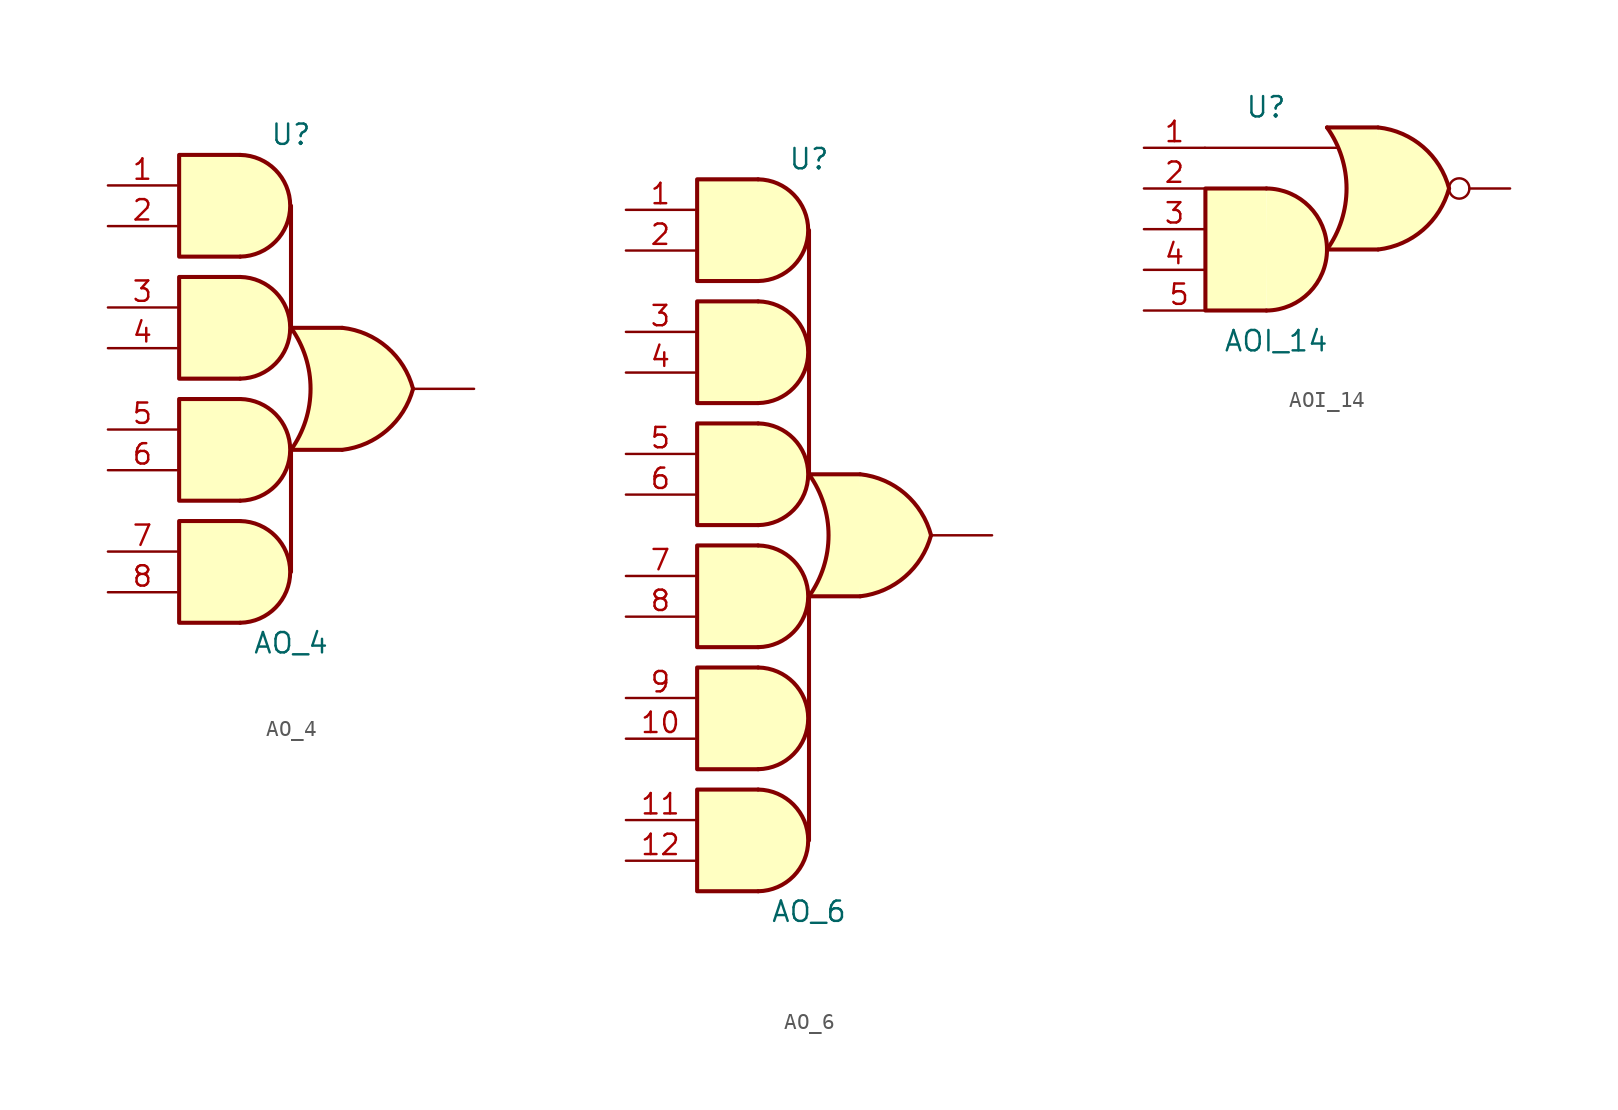
<source format=kicad_sym>
(kicad_symbol_lib
  (version 20220914)
  (generator kicad_symbol_editor)
  (symbol "AO_4"
    (pin_names hide)
    (property "Reference" "U"
      (at 0 15.875 0)
      (effects (font (size 1.27 1.27))))
    (property "Value" "AO_4"
      (at 0 -15.875 0)
      (effects (font (size 1.27 1.27))))
    (symbol "AO_4_1_1"
      (arc (start -3.175 -14.605) (mid -0.05 -11.43) (end -3.175 -8.255) (stroke (width 0.254) (type default)) (fill (type background)))
      (arc (start -3.175 -6.985) (mid -0.05 -3.81) (end -3.175 -0.635) (stroke (width 0.254) (type default)) (fill (type background)))
      (arc (start -3.175 0.635) (mid -0.05 3.81) (end -3.175 6.985) (stroke (width 0.254) (type default)) (fill (type background)))
      (arc (start -3.175 8.255) (mid -0.05 11.43) (end -3.175 14.605) (stroke (width 0.254) (type default)) (fill (type background)))
      (arc (start -0.0002 -3.81) (mid 1.2208 0) (end -0.0002 3.81) (stroke (width 0.254) (type default)) (fill (type none)))
      (polyline (pts (xy 0 -3.81) (xy 0 -11.43)) (stroke (width 0.254) (type default)) (fill (type background)))
      (polyline (pts (xy -0.0002 -3.81) (xy 3.175 -3.81)) (stroke (width 0.254) (type default)) (fill (type background)))
      (polyline (pts (xy -0.0002 3.81) (xy 3.175 3.81)) (stroke (width 0.254) (type default)) (fill (type background)))
      (polyline (pts (xy 0 11.43) (xy 0 3.81)) (stroke (width 0.254) (type default)) (fill (type background)))
      (polyline (pts (xy -3.175 -8.255) (xy -6.985 -8.255) (xy -6.985 -14.605) (xy -3.175 -14.605)) (stroke (width 0.254) (type default)) (fill (type background)))
      (polyline (pts (xy -3.175 -0.635) (xy -6.985 -0.635) (xy -6.985 -6.985) (xy -3.175 -6.985)) (stroke (width 0.254) (type default)) (fill (type background)))
      (polyline (pts (xy -3.175 6.985) (xy -6.985 6.985) (xy -6.985 0.635) (xy -3.175 0.635)) (stroke (width 0.254) (type default)) (fill (type background)))
      (polyline (pts (xy -3.175 14.605) (xy -6.985 14.605) (xy -6.985 8.255) (xy -3.175 8.255)) (stroke (width 0.254) (type default)) (fill (type background)))
      (polyline (pts (xy 3.175 3.81) (xy 0 3.81) (xy 0 3.81) (xy 0.254 3.404) (xy 0.787 2.261) (xy 1.118 1.041) (xy 1.194 -0.254) (xy 1.041 -1.499) (xy 0.635 -2.718) (xy 0 -3.81) (xy 0 -3.81) (xy 3.175 -3.81)) (stroke (width -25.4) (type default)) (fill (type background)))
      (arc (start 3.2002 -3.81) (mid 5.9953 -2.584) (end 7.6198 0) (stroke (width 0.254) (type default)) (fill (type background)))
      (arc (start 7.6198 0) (mid 6.0026 2.5925) (end 3.2002 3.81) (stroke (width 0.254) (type default)) (fill (type background)))
      (pin input line (at -11.43 12.7 0) (length 4.3) (name "~" (effects (font (size 1.27 1.27)))) (number "1" (effects (font (size 1.27 1.27)))))
      (pin input line (at -11.43 10.16 0) (length 4.3) (name "~" (effects (font (size 1.27 1.27)))) (number "2" (effects (font (size 1.27 1.27)))))
      (pin input line (at -11.43 5.08 0) (length 4.3) (name "~" (effects (font (size 1.27 1.27)))) (number "3" (effects (font (size 1.27 1.27)))))
      (pin input line (at -11.43 2.54 0) (length 4.3) (name "~" (effects (font (size 1.27 1.27)))) (number "4" (effects (font (size 1.27 1.27)))))
      (pin input line (at -11.43 -2.54 0) (length 4.3) (name "~" (effects (font (size 1.27 1.27)))) (number "5" (effects (font (size 1.27 1.27)))))
      (pin input line (at -11.43 -5.08 0) (length 4.3) (name "~" (effects (font (size 1.27 1.27)))) (number "6" (effects (font (size 1.27 1.27)))))
      (pin input line (at -11.43 -10.16 0) (length 4.3) (name "~" (effects (font (size 1.27 1.27)))) (number "7" (effects (font (size 1.27 1.27)))))
      (pin input line (at -11.43 -12.7 0) (length 4.3) (name "~" (effects (font (size 1.27 1.27)))) (number "8" (effects (font (size 1.27 1.27)))))
      (pin output line (at 11.43 0 180) (length 3.81) (name "~" (effects (font (size 1.27 1.27)))) (number "9" (effects (font (size 0 0)))))))
  (symbol "AO_6"
    (pin_names hide)
    (property "Reference" "U"
      (at 0 23.495 0)
      (effects (font (size 1.27 1.27))))
    (property "Value" "AO_6"
      (at 0 -23.495 0)
      (effects (font (size 1.27 1.27))))
    (symbol "AO_6_1_1"
      (arc (start -3.175 -22.225) (mid -0.05 -19.05) (end -3.175 -15.875) (stroke (width 0.254) (type default)) (fill (type background)))
      (arc (start -3.175 -14.605) (mid -0.05 -11.43) (end -3.175 -8.255) (stroke (width 0.254) (type default)) (fill (type background)))
      (arc (start -3.175 -6.985) (mid -0.05 -3.81) (end -3.175 -0.635) (stroke (width 0.254) (type default)) (fill (type background)))
      (arc (start -3.175 0.635) (mid -0.05 3.81) (end -3.175 6.985) (stroke (width 0.254) (type default)) (fill (type background)))
      (arc (start -3.175 8.255) (mid -0.05 11.43) (end -3.175 14.605) (stroke (width 0.254) (type default)) (fill (type background)))
      (arc (start -3.175 15.875) (mid -0.05 19.05) (end -3.175 22.225) (stroke (width 0.254) (type default)) (fill (type background)))
      (arc (start -0.0002 -3.81) (mid 1.2208 0) (end -0.0002 3.81) (stroke (width 0.254) (type default)) (fill (type none)))
      (polyline (pts (xy 0 -3.81) (xy 0 -19.05)) (stroke (width 0.254) (type default)) (fill (type background)))
      (polyline (pts (xy -0.0002 -3.81) (xy 3.175 -3.81)) (stroke (width 0.254) (type default)) (fill (type background)))
      (polyline (pts (xy -0.0002 3.81) (xy 3.175 3.81)) (stroke (width 0.254) (type default)) (fill (type background)))
      (polyline (pts (xy 0 19.05) (xy 0 3.81)) (stroke (width 0.254) (type default)) (fill (type background)))
      (polyline (pts (xy -3.175 -15.875) (xy -6.985 -15.875) (xy -6.985 -22.225) (xy -3.175 -22.225)) (stroke (width 0.254) (type default)) (fill (type background)))
      (polyline (pts (xy -3.175 -8.255) (xy -6.985 -8.255) (xy -6.985 -14.605) (xy -3.175 -14.605)) (stroke (width 0.254) (type default)) (fill (type background)))
      (polyline (pts (xy -3.175 -0.635) (xy -6.985 -0.635) (xy -6.985 -6.985) (xy -3.175 -6.985)) (stroke (width 0.254) (type default)) (fill (type background)))
      (polyline (pts (xy -3.175 6.985) (xy -6.985 6.985) (xy -6.985 0.635) (xy -3.175 0.635)) (stroke (width 0.254) (type default)) (fill (type background)))
      (polyline (pts (xy -3.175 14.605) (xy -6.985 14.605) (xy -6.985 8.255) (xy -3.175 8.255)) (stroke (width 0.254) (type default)) (fill (type background)))
      (polyline (pts (xy -3.175 22.225) (xy -6.985 22.225) (xy -6.985 15.875) (xy -3.175 15.875)) (stroke (width 0.254) (type default)) (fill (type background)))
      (polyline (pts (xy 3.175 3.81) (xy 0 3.81) (xy 0 3.81) (xy 0.254 3.404) (xy 0.787 2.261) (xy 1.118 1.041) (xy 1.194 -0.254) (xy 1.041 -1.499) (xy 0.635 -2.718) (xy 0 -3.81) (xy 0 -3.81) (xy 3.175 -3.81)) (stroke (width -25.4) (type default)) (fill (type background)))
      (arc (start 3.2002 -3.81) (mid 5.9953 -2.584) (end 7.6198 0) (stroke (width 0.254) (type default)) (fill (type background)))
      (arc (start 7.6198 0) (mid 6.0026 2.5925) (end 3.2002 3.81) (stroke (width 0.254) (type default)) (fill (type background)))
      (pin input line (at -11.43 20.32 0) (length 4.3) (name "~" (effects (font (size 1.27 1.27)))) (number "1" (effects (font (size 1.27 1.27)))))
      (pin input line (at -11.43 -12.7 0) (length 4.3) (name "~" (effects (font (size 1.27 1.27)))) (number "10" (effects (font (size 1.27 1.27)))))
      (pin input line (at -11.43 -17.78 0) (length 4.3) (name "~" (effects (font (size 1.27 1.27)))) (number "11" (effects (font (size 1.27 1.27)))))
      (pin input line (at -11.43 -20.32 0) (length 4.3) (name "~" (effects (font (size 1.27 1.27)))) (number "12" (effects (font (size 1.27 1.27)))))
      (pin output line (at 11.43 0 180) (length 3.81) (name "~" (effects (font (size 1.27 1.27)))) (number "13" (effects (font (size 0 0)))))
      (pin input line (at -11.43 17.78 0) (length 4.3) (name "~" (effects (font (size 1.27 1.27)))) (number "2" (effects (font (size 1.27 1.27)))))
      (pin input line (at -11.43 12.7 0) (length 4.3) (name "~" (effects (font (size 1.27 1.27)))) (number "3" (effects (font (size 1.27 1.27)))))
      (pin input line (at -11.43 10.16 0) (length 4.3) (name "~" (effects (font (size 1.27 1.27)))) (number "4" (effects (font (size 1.27 1.27)))))
      (pin input line (at -11.43 5.08 0) (length 4.3) (name "~" (effects (font (size 1.27 1.27)))) (number "5" (effects (font (size 1.27 1.27)))))
      (pin input line (at -11.43 2.54 0) (length 4.3) (name "~" (effects (font (size 1.27 1.27)))) (number "6" (effects (font (size 1.27 1.27)))))
      (pin input line (at -11.43 -2.54 0) (length 4.3) (name "~" (effects (font (size 1.27 1.27)))) (number "7" (effects (font (size 1.27 1.27)))))
      (pin input line (at -11.43 -5.08 0) (length 4.3) (name "~" (effects (font (size 1.27 1.27)))) (number "8" (effects (font (size 1.27 1.27)))))
      (pin input line (at -11.43 -10.16 0) (length 4.3) (name "~" (effects (font (size 1.27 1.27)))) (number "9" (effects (font (size 1.27 1.27)))))))
  (symbol "AOI_14"
    (pin_names hide)
    (property "Reference" "U"
      (at 0 6.35 0)
      (effects (font (size 1.27 1.27))))
    (property "Value" "AOI_14"
      (at 0.635 -8.255 0)
      (effects (font (size 1.27 1.27))))
    (symbol "AOI_14_0_1"
      (polyline (pts (xy -3.81 3.81) (xy 4.445 3.81)) (stroke (width 0) (type default)) (fill (type none))))
    (symbol "AOI_14_1_1"
      (polyline (pts (xy 3.81 -2.54) (xy 6.985 -2.54)) (stroke (width 0.254) (type default)) (fill (type background)))
      (polyline (pts (xy 3.81 5.08) (xy 6.985 5.08)) (stroke (width 0.254) (type default)) (fill (type background)))
      (polyline (pts (xy 0.028 1.27) (xy -3.782 1.27) (xy -3.782 -6.35) (xy 0.028 -6.35)) (stroke (width 0.254) (type default)) (fill (type background)))
      (polyline (pts (xy 6.985 5.08) (xy 3.81 5.08) (xy 3.81 5.08) (xy 4.064 4.674) (xy 4.597 3.531) (xy 4.927 2.311) (xy 5.004 1.016) (xy 4.851 -0.229) (xy 4.445 -1.448) (xy 3.81 -2.54) (xy 3.81 -2.54) (xy 6.985 -2.54)) (stroke (width -25.4) (type default)) (fill (type background)))
      (arc (start 0.0276 -6.35) (mid 3.8101 -2.54) (end 0.0276 1.27) (stroke (width 0.254) (type default)) (fill (type background)))
      (arc (start 3.8098 -2.54) (mid 5.0308 1.27) (end 3.8098 5.08) (stroke (width 0.254) (type default)) (fill (type none)))
      (arc (start 7.0102 -2.54) (mid 9.8053 -1.314) (end 11.4298 1.27) (stroke (width 0.254) (type default)) (fill (type background)))
      (arc (start 11.4298 1.27) (mid 9.8126 3.8625) (end 7.0102 5.08) (stroke (width 0.254) (type default)) (fill (type background)))
      (pin input line (at -7.62 3.81 0) (length 3.81) (name "~" (effects (font (size 1.27 1.27)))) (number "1" (effects (font (size 1.27 1.27)))))
      (pin input line (at -7.62 1.27 0) (length 3.81) (name "~" (effects (font (size 1.27 1.27)))) (number "2" (effects (font (size 1.27 1.27)))))
      (pin input line (at -7.62 -1.27 0) (length 3.81) (name "~" (effects (font (size 1.27 1.27)))) (number "3" (effects (font (size 1.27 1.27)))))
      (pin output inverted (at 15.24 1.27 180) (length 3.81) (name "~" (effects (font (size 1.27 1.27)))) (number "3" (effects (font (size 0 0)))))
      (pin input line (at -7.62 -3.81 0) (length 3.81) (name "~" (effects (font (size 1.27 1.27)))) (number "4" (effects (font (size 1.27 1.27)))))
      (pin input line (at -7.62 -6.35 0) (length 4.4) (name "~" (effects (font (size 1.27 1.27)))) (number "5" (effects (font (size 1.27 1.27))))))))
</source>
